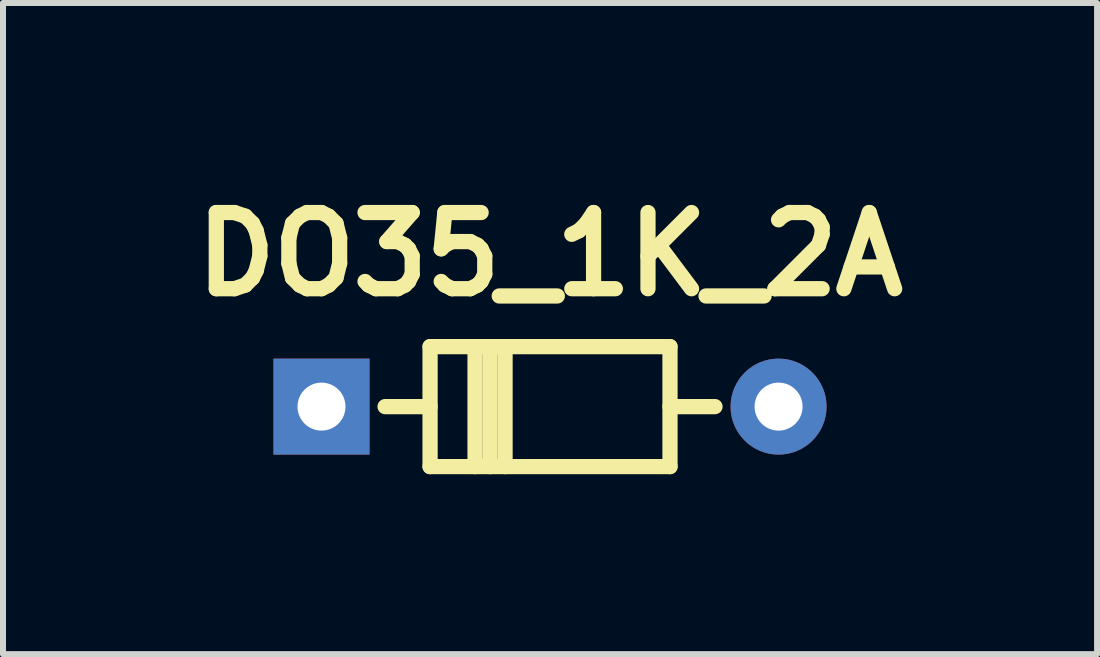
<source format=kicad_pcb>
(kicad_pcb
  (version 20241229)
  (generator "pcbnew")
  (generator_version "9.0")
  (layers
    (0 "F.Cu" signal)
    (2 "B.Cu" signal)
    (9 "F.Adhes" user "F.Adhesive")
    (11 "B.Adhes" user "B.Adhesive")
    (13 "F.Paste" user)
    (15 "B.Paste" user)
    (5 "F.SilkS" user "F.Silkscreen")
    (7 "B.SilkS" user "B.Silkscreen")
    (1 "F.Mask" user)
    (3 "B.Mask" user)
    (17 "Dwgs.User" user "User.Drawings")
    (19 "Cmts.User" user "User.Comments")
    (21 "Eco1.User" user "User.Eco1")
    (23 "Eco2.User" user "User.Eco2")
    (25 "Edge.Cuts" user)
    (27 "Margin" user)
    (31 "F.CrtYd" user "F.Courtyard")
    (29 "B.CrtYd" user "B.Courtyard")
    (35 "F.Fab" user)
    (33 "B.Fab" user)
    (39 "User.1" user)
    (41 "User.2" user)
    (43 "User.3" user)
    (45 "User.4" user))
  (footprint "DO35_1K_2A"
    (layer "F.Cu")
    (at 6.12 3.729)
    (property "Reference" "DO35_1K_2A" (at 0 -2.54 0) (layer "F.SilkS") (effects (font (size 1.27 1.27) (thickness 0.254))))
    (attr through_hole)
    (fp_line (start -2.75 0) (end -2 0) (stroke (width 0.254) (type solid)) (layer "F.SilkS"))
    (fp_line (start -2 -1) (end 2 -1) (stroke (width 0.254) (type solid)) (layer "F.SilkS"))
    (fp_line (start -2 1) (end -2 -1) (stroke (width 0.254) (type solid)) (layer "F.SilkS"))
    (fp_line (start -2 1) (end 2 1) (stroke (width 0.254) (type solid)) (layer "F.SilkS"))
    (fp_line (start -1.25 -1) (end -1.25 1) (stroke (width 0.254) (type solid)) (layer "F.SilkS"))
    (fp_line (start -1 1) (end -1 -1) (stroke (width 0.254) (type solid)) (layer "F.SilkS"))
    (fp_line (start -0.75 1) (end -0.75 -1) (stroke (width 0.254) (type solid)) (layer "F.SilkS"))
    (fp_line (start 2 0) (end 2.75 0) (stroke (width 0.254) (type solid)) (layer "F.SilkS"))
    (fp_line (start 2 1) (end 2 -1) (stroke (width 0.254) (type solid)) (layer "F.SilkS"))
    (pad "1" thru_hole rect (at -3.81 0) (size 1.6 1.6) (drill 0.8) (layers "*.Cu" "*.Mask"))
    (pad "2" thru_hole circle (at 3.81 0) (size 1.6 1.6) (drill 0.8) (layers "*.Cu" "*.Mask")))
  (gr_rect
    (start -3 -3)
    (end 15.24 7.856)
    (stroke (width 0.1) (type default))
    (fill no)
    (layer "Edge.Cuts")))
</source>
